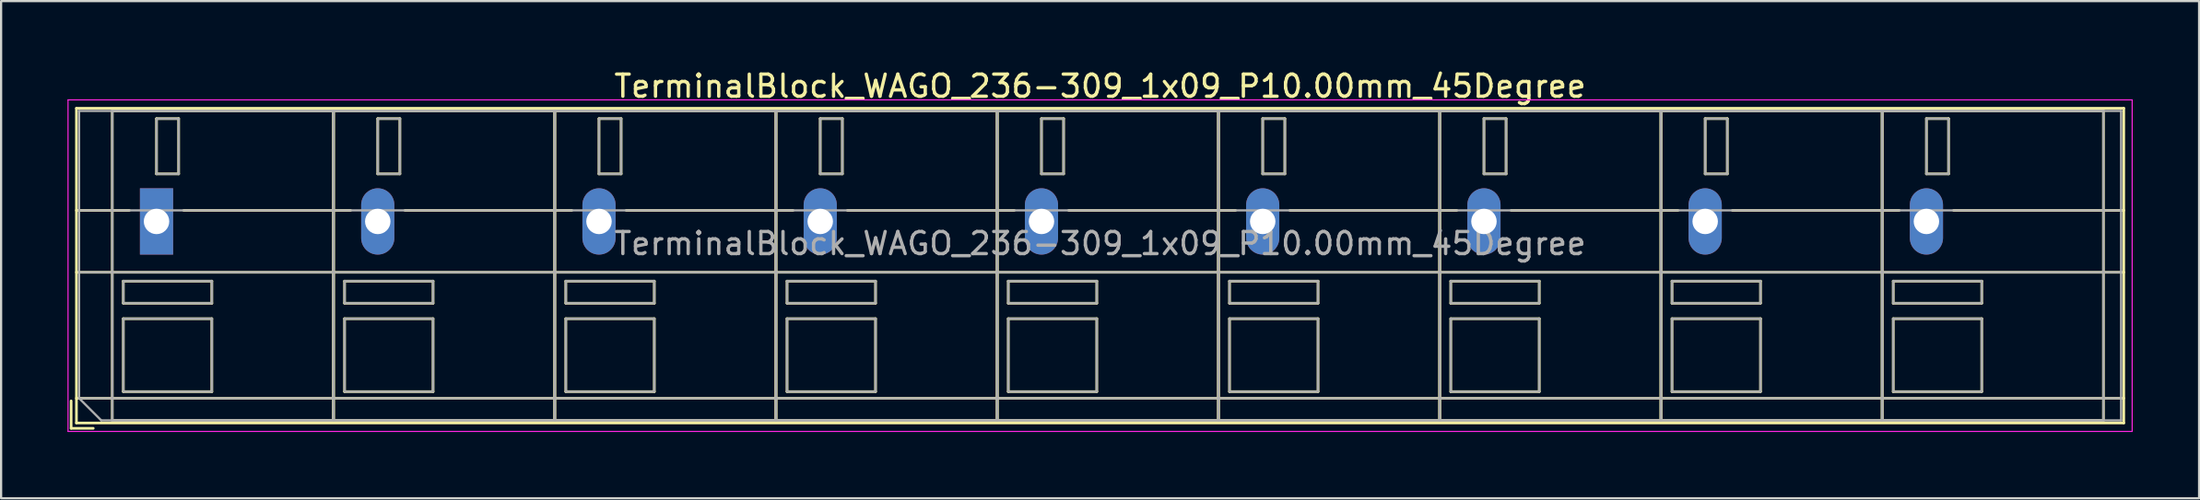
<source format=kicad_pcb>
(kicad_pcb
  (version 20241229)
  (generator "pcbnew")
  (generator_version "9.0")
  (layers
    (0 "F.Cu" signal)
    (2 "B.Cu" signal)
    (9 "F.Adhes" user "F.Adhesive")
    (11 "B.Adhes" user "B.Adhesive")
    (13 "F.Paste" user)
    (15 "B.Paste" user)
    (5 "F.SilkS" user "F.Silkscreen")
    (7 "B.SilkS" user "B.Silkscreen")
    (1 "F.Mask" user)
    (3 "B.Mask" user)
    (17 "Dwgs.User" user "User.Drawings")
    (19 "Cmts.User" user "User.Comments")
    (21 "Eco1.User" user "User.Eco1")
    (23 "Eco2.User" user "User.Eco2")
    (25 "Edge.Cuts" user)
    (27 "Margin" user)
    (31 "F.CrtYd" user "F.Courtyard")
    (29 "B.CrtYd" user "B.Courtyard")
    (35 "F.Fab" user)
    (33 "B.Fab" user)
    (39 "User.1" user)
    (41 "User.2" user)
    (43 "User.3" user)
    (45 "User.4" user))
  (footprint "TerminalBlock_WAGO_236-309_1x09_P10.00mm_45Degree"
    (layer "F.Cu")
    (at 4.025 6.968)
    (property "Reference" "TerminalBlock_WAGO_236-309_1x09_P10.00mm_45Degree" (at 42.65 -6.12 0) (layer "F.SilkS") (effects (font (size 1 1) (thickness 0.15))))
    (attr through_hole)
    (fp_line (start -3.86 8.12) (end -3.86 9.36) (stroke (width 0.12) (type solid)) (layer "F.SilkS"))
    (fp_line (start -3.86 9.36) (end -2.86 9.36) (stroke (width 0.12) (type solid)) (layer "F.SilkS"))
    (fp_line (start -3.62 -5.12) (end -3.62 9.12) (stroke (width 0.12) (type solid)) (layer "F.SilkS"))
    (fp_line (start -3.62 -5.12) (end 88.92 -5.12) (stroke (width 0.12) (type solid)) (layer "F.SilkS"))
    (fp_line (start -3.62 -0.5) (end -1.23 -0.5) (stroke (width 0.12) (type solid)) (layer "F.SilkS"))
    (fp_line (start -3.62 2.3) (end 88.92 2.3) (stroke (width 0.12) (type solid)) (layer "F.SilkS"))
    (fp_line (start -3.62 8) (end 88.92 8) (stroke (width 0.12) (type solid)) (layer "F.SilkS"))
    (fp_line (start -3.62 9.12) (end 88.92 9.12) (stroke (width 0.12) (type solid)) (layer "F.SilkS"))
    (fp_line (start -2 -5) (end -2 9) (stroke (width 0.12) (type solid)) (layer "F.SilkS"))
    (fp_line (start -2 -5) (end 8 -5) (stroke (width 0.12) (type solid)) (layer "F.SilkS"))
    (fp_line (start -2 9) (end 8 9) (stroke (width 0.12) (type solid)) (layer "F.SilkS"))
    (fp_line (start -1.5 2.7) (end -1.5 3.7) (stroke (width 0.12) (type solid)) (layer "F.SilkS"))
    (fp_line (start -1.5 2.7) (end 2.5 2.7) (stroke (width 0.12) (type solid)) (layer "F.SilkS"))
    (fp_line (start -1.5 3.7) (end 2.5 3.7) (stroke (width 0.12) (type solid)) (layer "F.SilkS"))
    (fp_line (start -1.5 4.4) (end -1.5 7.7) (stroke (width 0.12) (type solid)) (layer "F.SilkS"))
    (fp_line (start -1.5 4.4) (end 2.5 4.4) (stroke (width 0.12) (type solid)) (layer "F.SilkS"))
    (fp_line (start -1.5 7.7) (end 2.5 7.7) (stroke (width 0.12) (type solid)) (layer "F.SilkS"))
    (fp_line (start 0 -4.65) (end 0 -2.151) (stroke (width 0.12) (type solid)) (layer "F.SilkS"))
    (fp_line (start 0 -4.65) (end 1 -4.65) (stroke (width 0.12) (type solid)) (layer "F.SilkS"))
    (fp_line (start 0 -2.151) (end 1 -2.151) (stroke (width 0.12) (type solid)) (layer "F.SilkS"))
    (fp_line (start 1 -4.65) (end 1 -2.151) (stroke (width 0.12) (type solid)) (layer "F.SilkS"))
    (fp_line (start 1.23 -0.5) (end 8.77 -0.5) (stroke (width 0.12) (type solid)) (layer "F.SilkS"))
    (fp_line (start 2.5 2.7) (end 2.5 3.7) (stroke (width 0.12) (type solid)) (layer "F.SilkS"))
    (fp_line (start 2.5 4.4) (end 2.5 7.7) (stroke (width 0.12) (type solid)) (layer "F.SilkS"))
    (fp_line (start 8 -5) (end 8 9) (stroke (width 0.12) (type solid)) (layer "F.SilkS"))
    (fp_line (start 8 -5) (end 8 9) (stroke (width 0.12) (type solid)) (layer "F.SilkS"))
    (fp_line (start 8 -5) (end 18 -5) (stroke (width 0.12) (type solid)) (layer "F.SilkS"))
    (fp_line (start 8 9) (end 18 9) (stroke (width 0.12) (type solid)) (layer "F.SilkS"))
    (fp_line (start 8.5 2.7) (end 8.5 3.7) (stroke (width 0.12) (type solid)) (layer "F.SilkS"))
    (fp_line (start 8.5 2.7) (end 12.5 2.7) (stroke (width 0.12) (type solid)) (layer "F.SilkS"))
    (fp_line (start 8.5 3.7) (end 12.5 3.7) (stroke (width 0.12) (type solid)) (layer "F.SilkS"))
    (fp_line (start 8.5 4.4) (end 8.5 7.7) (stroke (width 0.12) (type solid)) (layer "F.SilkS"))
    (fp_line (start 8.5 4.4) (end 12.5 4.4) (stroke (width 0.12) (type solid)) (layer "F.SilkS"))
    (fp_line (start 8.5 7.7) (end 12.5 7.7) (stroke (width 0.12) (type solid)) (layer "F.SilkS"))
    (fp_line (start 10 -4.65) (end 10 -2.151) (stroke (width 0.12) (type solid)) (layer "F.SilkS"))
    (fp_line (start 10 -4.65) (end 11 -4.65) (stroke (width 0.12) (type solid)) (layer "F.SilkS"))
    (fp_line (start 10 -2.151) (end 11 -2.151) (stroke (width 0.12) (type solid)) (layer "F.SilkS"))
    (fp_line (start 11 -4.65) (end 11 -2.151) (stroke (width 0.12) (type solid)) (layer "F.SilkS"))
    (fp_line (start 11.23 -0.5) (end 18.77 -0.5) (stroke (width 0.12) (type solid)) (layer "F.SilkS"))
    (fp_line (start 12.5 2.7) (end 12.5 3.7) (stroke (width 0.12) (type solid)) (layer "F.SilkS"))
    (fp_line (start 12.5 4.4) (end 12.5 7.7) (stroke (width 0.12) (type solid)) (layer "F.SilkS"))
    (fp_line (start 18 -5) (end 18 9) (stroke (width 0.12) (type solid)) (layer "F.SilkS"))
    (fp_line (start 18 -5) (end 18 9) (stroke (width 0.12) (type solid)) (layer "F.SilkS"))
    (fp_line (start 18 -5) (end 28 -5) (stroke (width 0.12) (type solid)) (layer "F.SilkS"))
    (fp_line (start 18 9) (end 28 9) (stroke (width 0.12) (type solid)) (layer "F.SilkS"))
    (fp_line (start 18.5 2.7) (end 18.5 3.7) (stroke (width 0.12) (type solid)) (layer "F.SilkS"))
    (fp_line (start 18.5 2.7) (end 22.5 2.7) (stroke (width 0.12) (type solid)) (layer "F.SilkS"))
    (fp_line (start 18.5 3.7) (end 22.5 3.7) (stroke (width 0.12) (type solid)) (layer "F.SilkS"))
    (fp_line (start 18.5 4.4) (end 18.5 7.7) (stroke (width 0.12) (type solid)) (layer "F.SilkS"))
    (fp_line (start 18.5 4.4) (end 22.5 4.4) (stroke (width 0.12) (type solid)) (layer "F.SilkS"))
    (fp_line (start 18.5 7.7) (end 22.5 7.7) (stroke (width 0.12) (type solid)) (layer "F.SilkS"))
    (fp_line (start 20 -4.65) (end 20 -2.151) (stroke (width 0.12) (type solid)) (layer "F.SilkS"))
    (fp_line (start 20 -4.65) (end 21 -4.65) (stroke (width 0.12) (type solid)) (layer "F.SilkS"))
    (fp_line (start 20 -2.151) (end 21 -2.151) (stroke (width 0.12) (type solid)) (layer "F.SilkS"))
    (fp_line (start 21 -4.65) (end 21 -2.151) (stroke (width 0.12) (type solid)) (layer "F.SilkS"))
    (fp_line (start 21.23 -0.5) (end 28.77 -0.5) (stroke (width 0.12) (type solid)) (layer "F.SilkS"))
    (fp_line (start 22.5 2.7) (end 22.5 3.7) (stroke (width 0.12) (type solid)) (layer "F.SilkS"))
    (fp_line (start 22.5 4.4) (end 22.5 7.7) (stroke (width 0.12) (type solid)) (layer "F.SilkS"))
    (fp_line (start 28 -5) (end 28 9) (stroke (width 0.12) (type solid)) (layer "F.SilkS"))
    (fp_line (start 28 -5) (end 28 9) (stroke (width 0.12) (type solid)) (layer "F.SilkS"))
    (fp_line (start 28 -5) (end 38 -5) (stroke (width 0.12) (type solid)) (layer "F.SilkS"))
    (fp_line (start 28 9) (end 38 9) (stroke (width 0.12) (type solid)) (layer "F.SilkS"))
    (fp_line (start 28.5 2.7) (end 28.5 3.7) (stroke (width 0.12) (type solid)) (layer "F.SilkS"))
    (fp_line (start 28.5 2.7) (end 32.5 2.7) (stroke (width 0.12) (type solid)) (layer "F.SilkS"))
    (fp_line (start 28.5 3.7) (end 32.5 3.7) (stroke (width 0.12) (type solid)) (layer "F.SilkS"))
    (fp_line (start 28.5 4.4) (end 28.5 7.7) (stroke (width 0.12) (type solid)) (layer "F.SilkS"))
    (fp_line (start 28.5 4.4) (end 32.5 4.4) (stroke (width 0.12) (type solid)) (layer "F.SilkS"))
    (fp_line (start 28.5 7.7) (end 32.5 7.7) (stroke (width 0.12) (type solid)) (layer "F.SilkS"))
    (fp_line (start 30 -4.65) (end 30 -2.151) (stroke (width 0.12) (type solid)) (layer "F.SilkS"))
    (fp_line (start 30 -4.65) (end 31 -4.65) (stroke (width 0.12) (type solid)) (layer "F.SilkS"))
    (fp_line (start 30 -2.151) (end 31 -2.151) (stroke (width 0.12) (type solid)) (layer "F.SilkS"))
    (fp_line (start 31 -4.65) (end 31 -2.151) (stroke (width 0.12) (type solid)) (layer "F.SilkS"))
    (fp_line (start 31.23 -0.5) (end 38.77 -0.5) (stroke (width 0.12) (type solid)) (layer "F.SilkS"))
    (fp_line (start 32.5 2.7) (end 32.5 3.7) (stroke (width 0.12) (type solid)) (layer "F.SilkS"))
    (fp_line (start 32.5 4.4) (end 32.5 7.7) (stroke (width 0.12) (type solid)) (layer "F.SilkS"))
    (fp_line (start 38 -5) (end 38 9) (stroke (width 0.12) (type solid)) (layer "F.SilkS"))
    (fp_line (start 38 -5) (end 38 9) (stroke (width 0.12) (type solid)) (layer "F.SilkS"))
    (fp_line (start 38 -5) (end 48 -5) (stroke (width 0.12) (type solid)) (layer "F.SilkS"))
    (fp_line (start 38 9) (end 48 9) (stroke (width 0.12) (type solid)) (layer "F.SilkS"))
    (fp_line (start 38.5 2.7) (end 38.5 3.7) (stroke (width 0.12) (type solid)) (layer "F.SilkS"))
    (fp_line (start 38.5 2.7) (end 42.5 2.7) (stroke (width 0.12) (type solid)) (layer "F.SilkS"))
    (fp_line (start 38.5 3.7) (end 42.5 3.7) (stroke (width 0.12) (type solid)) (layer "F.SilkS"))
    (fp_line (start 38.5 4.4) (end 38.5 7.7) (stroke (width 0.12) (type solid)) (layer "F.SilkS"))
    (fp_line (start 38.5 4.4) (end 42.5 4.4) (stroke (width 0.12) (type solid)) (layer "F.SilkS"))
    (fp_line (start 38.5 7.7) (end 42.5 7.7) (stroke (width 0.12) (type solid)) (layer "F.SilkS"))
    (fp_line (start 40 -4.65) (end 40 -2.151) (stroke (width 0.12) (type solid)) (layer "F.SilkS"))
    (fp_line (start 40 -4.65) (end 41 -4.65) (stroke (width 0.12) (type solid)) (layer "F.SilkS"))
    (fp_line (start 40 -2.151) (end 41 -2.151) (stroke (width 0.12) (type solid)) (layer "F.SilkS"))
    (fp_line (start 41 -4.65) (end 41 -2.151) (stroke (width 0.12) (type solid)) (layer "F.SilkS"))
    (fp_line (start 41.23 -0.5) (end 48.77 -0.5) (stroke (width 0.12) (type solid)) (layer "F.SilkS"))
    (fp_line (start 42.5 2.7) (end 42.5 3.7) (stroke (width 0.12) (type solid)) (layer "F.SilkS"))
    (fp_line (start 42.5 4.4) (end 42.5 7.7) (stroke (width 0.12) (type solid)) (layer "F.SilkS"))
    (fp_line (start 48 -5) (end 48 9) (stroke (width 0.12) (type solid)) (layer "F.SilkS"))
    (fp_line (start 48 -5) (end 48 9) (stroke (width 0.12) (type solid)) (layer "F.SilkS"))
    (fp_line (start 48 -5) (end 58 -5) (stroke (width 0.12) (type solid)) (layer "F.SilkS"))
    (fp_line (start 48 9) (end 58 9) (stroke (width 0.12) (type solid)) (layer "F.SilkS"))
    (fp_line (start 48.5 2.7) (end 48.5 3.7) (stroke (width 0.12) (type solid)) (layer "F.SilkS"))
    (fp_line (start 48.5 2.7) (end 52.5 2.7) (stroke (width 0.12) (type solid)) (layer "F.SilkS"))
    (fp_line (start 48.5 3.7) (end 52.5 3.7) (stroke (width 0.12) (type solid)) (layer "F.SilkS"))
    (fp_line (start 48.5 4.4) (end 48.5 7.7) (stroke (width 0.12) (type solid)) (layer "F.SilkS"))
    (fp_line (start 48.5 4.4) (end 52.5 4.4) (stroke (width 0.12) (type solid)) (layer "F.SilkS"))
    (fp_line (start 48.5 7.7) (end 52.5 7.7) (stroke (width 0.12) (type solid)) (layer "F.SilkS"))
    (fp_line (start 50 -4.65) (end 50 -2.151) (stroke (width 0.12) (type solid)) (layer "F.SilkS"))
    (fp_line (start 50 -4.65) (end 51 -4.65) (stroke (width 0.12) (type solid)) (layer "F.SilkS"))
    (fp_line (start 50 -2.151) (end 51 -2.151) (stroke (width 0.12) (type solid)) (layer "F.SilkS"))
    (fp_line (start 51 -4.65) (end 51 -2.151) (stroke (width 0.12) (type solid)) (layer "F.SilkS"))
    (fp_line (start 51.23 -0.5) (end 58.77 -0.5) (stroke (width 0.12) (type solid)) (layer "F.SilkS"))
    (fp_line (start 52.5 2.7) (end 52.5 3.7) (stroke (width 0.12) (type solid)) (layer "F.SilkS"))
    (fp_line (start 52.5 4.4) (end 52.5 7.7) (stroke (width 0.12) (type solid)) (layer "F.SilkS"))
    (fp_line (start 58 -5) (end 58 9) (stroke (width 0.12) (type solid)) (layer "F.SilkS"))
    (fp_line (start 58 -5) (end 58 9) (stroke (width 0.12) (type solid)) (layer "F.SilkS"))
    (fp_line (start 58 -5) (end 68 -5) (stroke (width 0.12) (type solid)) (layer "F.SilkS"))
    (fp_line (start 58 9) (end 68 9) (stroke (width 0.12) (type solid)) (layer "F.SilkS"))
    (fp_line (start 58.5 2.7) (end 58.5 3.7) (stroke (width 0.12) (type solid)) (layer "F.SilkS"))
    (fp_line (start 58.5 2.7) (end 62.5 2.7) (stroke (width 0.12) (type solid)) (layer "F.SilkS"))
    (fp_line (start 58.5 3.7) (end 62.5 3.7) (stroke (width 0.12) (type solid)) (layer "F.SilkS"))
    (fp_line (start 58.5 4.4) (end 58.5 7.7) (stroke (width 0.12) (type solid)) (layer "F.SilkS"))
    (fp_line (start 58.5 4.4) (end 62.5 4.4) (stroke (width 0.12) (type solid)) (layer "F.SilkS"))
    (fp_line (start 58.5 7.7) (end 62.5 7.7) (stroke (width 0.12) (type solid)) (layer "F.SilkS"))
    (fp_line (start 60 -4.65) (end 60 -2.151) (stroke (width 0.12) (type solid)) (layer "F.SilkS"))
    (fp_line (start 60 -4.65) (end 61 -4.65) (stroke (width 0.12) (type solid)) (layer "F.SilkS"))
    (fp_line (start 60 -2.151) (end 61 -2.151) (stroke (width 0.12) (type solid)) (layer "F.SilkS"))
    (fp_line (start 61 -4.65) (end 61 -2.151) (stroke (width 0.12) (type solid)) (layer "F.SilkS"))
    (fp_line (start 61.23 -0.5) (end 68.77 -0.5) (stroke (width 0.12) (type solid)) (layer "F.SilkS"))
    (fp_line (start 62.5 2.7) (end 62.5 3.7) (stroke (width 0.12) (type solid)) (layer "F.SilkS"))
    (fp_line (start 62.5 4.4) (end 62.5 7.7) (stroke (width 0.12) (type solid)) (layer "F.SilkS"))
    (fp_line (start 68 -5) (end 68 9) (stroke (width 0.12) (type solid)) (layer "F.SilkS"))
    (fp_line (start 68 -5) (end 68 9) (stroke (width 0.12) (type solid)) (layer "F.SilkS"))
    (fp_line (start 68 -5) (end 78 -5) (stroke (width 0.12) (type solid)) (layer "F.SilkS"))
    (fp_line (start 68 9) (end 78 9) (stroke (width 0.12) (type solid)) (layer "F.SilkS"))
    (fp_line (start 68.5 2.7) (end 68.5 3.7) (stroke (width 0.12) (type solid)) (layer "F.SilkS"))
    (fp_line (start 68.5 2.7) (end 72.5 2.7) (stroke (width 0.12) (type solid)) (layer "F.SilkS"))
    (fp_line (start 68.5 3.7) (end 72.5 3.7) (stroke (width 0.12) (type solid)) (layer "F.SilkS"))
    (fp_line (start 68.5 4.4) (end 68.5 7.7) (stroke (width 0.12) (type solid)) (layer "F.SilkS"))
    (fp_line (start 68.5 4.4) (end 72.5 4.4) (stroke (width 0.12) (type solid)) (layer "F.SilkS"))
    (fp_line (start 68.5 7.7) (end 72.5 7.7) (stroke (width 0.12) (type solid)) (layer "F.SilkS"))
    (fp_line (start 70 -4.65) (end 70 -2.151) (stroke (width 0.12) (type solid)) (layer "F.SilkS"))
    (fp_line (start 70 -4.65) (end 71 -4.65) (stroke (width 0.12) (type solid)) (layer "F.SilkS"))
    (fp_line (start 70 -2.151) (end 71 -2.151) (stroke (width 0.12) (type solid)) (layer "F.SilkS"))
    (fp_line (start 71 -4.65) (end 71 -2.151) (stroke (width 0.12) (type solid)) (layer "F.SilkS"))
    (fp_line (start 71.23 -0.5) (end 78.77 -0.5) (stroke (width 0.12) (type solid)) (layer "F.SilkS"))
    (fp_line (start 72.5 2.7) (end 72.5 3.7) (stroke (width 0.12) (type solid)) (layer "F.SilkS"))
    (fp_line (start 72.5 4.4) (end 72.5 7.7) (stroke (width 0.12) (type solid)) (layer "F.SilkS"))
    (fp_line (start 78 -5) (end 78 9) (stroke (width 0.12) (type solid)) (layer "F.SilkS"))
    (fp_line (start 78 -5) (end 78 9) (stroke (width 0.12) (type solid)) (layer "F.SilkS"))
    (fp_line (start 78 -5) (end 88 -5) (stroke (width 0.12) (type solid)) (layer "F.SilkS"))
    (fp_line (start 78 9) (end 88 9) (stroke (width 0.12) (type solid)) (layer "F.SilkS"))
    (fp_line (start 78.5 2.7) (end 78.5 3.7) (stroke (width 0.12) (type solid)) (layer "F.SilkS"))
    (fp_line (start 78.5 2.7) (end 82.5 2.7) (stroke (width 0.12) (type solid)) (layer "F.SilkS"))
    (fp_line (start 78.5 3.7) (end 82.5 3.7) (stroke (width 0.12) (type solid)) (layer "F.SilkS"))
    (fp_line (start 78.5 4.4) (end 78.5 7.7) (stroke (width 0.12) (type solid)) (layer "F.SilkS"))
    (fp_line (start 78.5 4.4) (end 82.5 4.4) (stroke (width 0.12) (type solid)) (layer "F.SilkS"))
    (fp_line (start 78.5 7.7) (end 82.5 7.7) (stroke (width 0.12) (type solid)) (layer "F.SilkS"))
    (fp_line (start 80 -4.65) (end 80 -2.151) (stroke (width 0.12) (type solid)) (layer "F.SilkS"))
    (fp_line (start 80 -4.65) (end 81 -4.65) (stroke (width 0.12) (type solid)) (layer "F.SilkS"))
    (fp_line (start 80 -2.151) (end 81 -2.151) (stroke (width 0.12) (type solid)) (layer "F.SilkS"))
    (fp_line (start 81 -4.65) (end 81 -2.151) (stroke (width 0.12) (type solid)) (layer "F.SilkS"))
    (fp_line (start 81.23 -0.5) (end 88.92 -0.5) (stroke (width 0.12) (type solid)) (layer "F.SilkS"))
    (fp_line (start 82.5 2.7) (end 82.5 3.7) (stroke (width 0.12) (type solid)) (layer "F.SilkS"))
    (fp_line (start 82.5 4.4) (end 82.5 7.7) (stroke (width 0.12) (type solid)) (layer "F.SilkS"))
    (fp_line (start 88 -5) (end 88 9) (stroke (width 0.12) (type solid)) (layer "F.SilkS"))
    (fp_line (start 88.92 -5.12) (end 88.92 9.12) (stroke (width 0.12) (type solid)) (layer "F.SilkS"))
    (fp_line (start -4 -5.5) (end -4 9.5) (stroke (width 0.05) (type solid)) (layer "F.CrtYd"))
    (fp_line (start -4 9.5) (end 89.3 9.5) (stroke (width 0.05) (type solid)) (layer "F.CrtYd"))
    (fp_line (start 89.3 -5.5) (end -4 -5.5) (stroke (width 0.05) (type solid)) (layer "F.CrtYd"))
    (fp_line (start 89.3 9.5) (end 89.3 -5.5) (stroke (width 0.05) (type solid)) (layer "F.CrtYd"))
    (fp_line (start -3.5 -5) (end 88.8 -5) (stroke (width 0.1) (type solid)) (layer "F.Fab"))
    (fp_line (start -3.5 -0.5) (end 88.8 -0.5) (stroke (width 0.1) (type solid)) (layer "F.Fab"))
    (fp_line (start -3.5 2.3) (end 88.8 2.3) (stroke (width 0.1) (type solid)) (layer "F.Fab"))
    (fp_line (start -3.5 8) (end -3.5 -5) (stroke (width 0.1) (type solid)) (layer "F.Fab"))
    (fp_line (start -3.5 8) (end 88.8 8) (stroke (width 0.1) (type solid)) (layer "F.Fab"))
    (fp_line (start -2.5 9) (end -3.5 8) (stroke (width 0.1) (type solid)) (layer "F.Fab"))
    (fp_line (start -2 -5) (end -2 9) (stroke (width 0.1) (type solid)) (layer "F.Fab"))
    (fp_line (start -2 9) (end 8 9) (stroke (width 0.1) (type solid)) (layer "F.Fab"))
    (fp_line (start -1.5 2.7) (end -1.5 3.7) (stroke (width 0.1) (type solid)) (layer "F.Fab"))
    (fp_line (start -1.5 3.7) (end 2.5 3.7) (stroke (width 0.1) (type solid)) (layer "F.Fab"))
    (fp_line (start -1.5 4.4) (end -1.5 7.7) (stroke (width 0.1) (type solid)) (layer "F.Fab"))
    (fp_line (start -1.5 7.7) (end 2.5 7.7) (stroke (width 0.1) (type solid)) (layer "F.Fab"))
    (fp_line (start 0 -4.65) (end 0 -2.15) (stroke (width 0.1) (type solid)) (layer "F.Fab"))
    (fp_line (start 0 -2.15) (end 1 -2.15) (stroke (width 0.1) (type solid)) (layer "F.Fab"))
    (fp_line (start 1 -4.65) (end 0 -4.65) (stroke (width 0.1) (type solid)) (layer "F.Fab"))
    (fp_line (start 1 -2.15) (end 1 -4.65) (stroke (width 0.1) (type solid)) (layer "F.Fab"))
    (fp_line (start 2.5 2.7) (end -1.5 2.7) (stroke (width 0.1) (type solid)) (layer "F.Fab"))
    (fp_line (start 2.5 3.7) (end 2.5 2.7) (stroke (width 0.1) (type solid)) (layer "F.Fab"))
    (fp_line (start 2.5 4.4) (end -1.5 4.4) (stroke (width 0.1) (type solid)) (layer "F.Fab"))
    (fp_line (start 2.5 7.7) (end 2.5 4.4) (stroke (width 0.1) (type solid)) (layer "F.Fab"))
    (fp_line (start 8 -5) (end -2 -5) (stroke (width 0.1) (type solid)) (layer "F.Fab"))
    (fp_line (start 8 -5) (end 8 9) (stroke (width 0.1) (type solid)) (layer "F.Fab"))
    (fp_line (start 8 9) (end 8 -5) (stroke (width 0.1) (type solid)) (layer "F.Fab"))
    (fp_line (start 8 9) (end 18 9) (stroke (width 0.1) (type solid)) (layer "F.Fab"))
    (fp_line (start 8.5 2.7) (end 8.5 3.7) (stroke (width 0.1) (type solid)) (layer "F.Fab"))
    (fp_line (start 8.5 3.7) (end 12.5 3.7) (stroke (width 0.1) (type solid)) (layer "F.Fab"))
    (fp_line (start 8.5 4.4) (end 8.5 7.7) (stroke (width 0.1) (type solid)) (layer "F.Fab"))
    (fp_line (start 8.5 7.7) (end 12.5 7.7) (stroke (width 0.1) (type solid)) (layer "F.Fab"))
    (fp_line (start 10 -4.65) (end 10 -2.15) (stroke (width 0.1) (type solid)) (layer "F.Fab"))
    (fp_line (start 10 -2.15) (end 11 -2.15) (stroke (width 0.1) (type solid)) (layer "F.Fab"))
    (fp_line (start 11 -4.65) (end 10 -4.65) (stroke (width 0.1) (type solid)) (layer "F.Fab"))
    (fp_line (start 11 -2.15) (end 11 -4.65) (stroke (width 0.1) (type solid)) (layer "F.Fab"))
    (fp_line (start 12.5 2.7) (end 8.5 2.7) (stroke (width 0.1) (type solid)) (layer "F.Fab"))
    (fp_line (start 12.5 3.7) (end 12.5 2.7) (stroke (width 0.1) (type solid)) (layer "F.Fab"))
    (fp_line (start 12.5 4.4) (end 8.5 4.4) (stroke (width 0.1) (type solid)) (layer "F.Fab"))
    (fp_line (start 12.5 7.7) (end 12.5 4.4) (stroke (width 0.1) (type solid)) (layer "F.Fab"))
    (fp_line (start 18 -5) (end 8 -5) (stroke (width 0.1) (type solid)) (layer "F.Fab"))
    (fp_line (start 18 -5) (end 18 9) (stroke (width 0.1) (type solid)) (layer "F.Fab"))
    (fp_line (start 18 9) (end 18 -5) (stroke (width 0.1) (type solid)) (layer "F.Fab"))
    (fp_line (start 18 9) (end 28 9) (stroke (width 0.1) (type solid)) (layer "F.Fab"))
    (fp_line (start 18.5 2.7) (end 18.5 3.7) (stroke (width 0.1) (type solid)) (layer "F.Fab"))
    (fp_line (start 18.5 3.7) (end 22.5 3.7) (stroke (width 0.1) (type solid)) (layer "F.Fab"))
    (fp_line (start 18.5 4.4) (end 18.5 7.7) (stroke (width 0.1) (type solid)) (layer "F.Fab"))
    (fp_line (start 18.5 7.7) (end 22.5 7.7) (stroke (width 0.1) (type solid)) (layer "F.Fab"))
    (fp_line (start 20 -4.65) (end 20 -2.15) (stroke (width 0.1) (type solid)) (layer "F.Fab"))
    (fp_line (start 20 -2.15) (end 21 -2.15) (stroke (width 0.1) (type solid)) (layer "F.Fab"))
    (fp_line (start 21 -4.65) (end 20 -4.65) (stroke (width 0.1) (type solid)) (layer "F.Fab"))
    (fp_line (start 21 -2.15) (end 21 -4.65) (stroke (width 0.1) (type solid)) (layer "F.Fab"))
    (fp_line (start 22.5 2.7) (end 18.5 2.7) (stroke (width 0.1) (type solid)) (layer "F.Fab"))
    (fp_line (start 22.5 3.7) (end 22.5 2.7) (stroke (width 0.1) (type solid)) (layer "F.Fab"))
    (fp_line (start 22.5 4.4) (end 18.5 4.4) (stroke (width 0.1) (type solid)) (layer "F.Fab"))
    (fp_line (start 22.5 7.7) (end 22.5 4.4) (stroke (width 0.1) (type solid)) (layer "F.Fab"))
    (fp_line (start 28 -5) (end 18 -5) (stroke (width 0.1) (type solid)) (layer "F.Fab"))
    (fp_line (start 28 -5) (end 28 9) (stroke (width 0.1) (type solid)) (layer "F.Fab"))
    (fp_line (start 28 9) (end 28 -5) (stroke (width 0.1) (type solid)) (layer "F.Fab"))
    (fp_line (start 28 9) (end 38 9) (stroke (width 0.1) (type solid)) (layer "F.Fab"))
    (fp_line (start 28.5 2.7) (end 28.5 3.7) (stroke (width 0.1) (type solid)) (layer "F.Fab"))
    (fp_line (start 28.5 3.7) (end 32.5 3.7) (stroke (width 0.1) (type solid)) (layer "F.Fab"))
    (fp_line (start 28.5 4.4) (end 28.5 7.7) (stroke (width 0.1) (type solid)) (layer "F.Fab"))
    (fp_line (start 28.5 7.7) (end 32.5 7.7) (stroke (width 0.1) (type solid)) (layer "F.Fab"))
    (fp_line (start 30 -4.65) (end 30 -2.15) (stroke (width 0.1) (type solid)) (layer "F.Fab"))
    (fp_line (start 30 -2.15) (end 31 -2.15) (stroke (width 0.1) (type solid)) (layer "F.Fab"))
    (fp_line (start 31 -4.65) (end 30 -4.65) (stroke (width 0.1) (type solid)) (layer "F.Fab"))
    (fp_line (start 31 -2.15) (end 31 -4.65) (stroke (width 0.1) (type solid)) (layer "F.Fab"))
    (fp_line (start 32.5 2.7) (end 28.5 2.7) (stroke (width 0.1) (type solid)) (layer "F.Fab"))
    (fp_line (start 32.5 3.7) (end 32.5 2.7) (stroke (width 0.1) (type solid)) (layer "F.Fab"))
    (fp_line (start 32.5 4.4) (end 28.5 4.4) (stroke (width 0.1) (type solid)) (layer "F.Fab"))
    (fp_line (start 32.5 7.7) (end 32.5 4.4) (stroke (width 0.1) (type solid)) (layer "F.Fab"))
    (fp_line (start 38 -5) (end 28 -5) (stroke (width 0.1) (type solid)) (layer "F.Fab"))
    (fp_line (start 38 -5) (end 38 9) (stroke (width 0.1) (type solid)) (layer "F.Fab"))
    (fp_line (start 38 9) (end 38 -5) (stroke (width 0.1) (type solid)) (layer "F.Fab"))
    (fp_line (start 38 9) (end 48 9) (stroke (width 0.1) (type solid)) (layer "F.Fab"))
    (fp_line (start 38.5 2.7) (end 38.5 3.7) (stroke (width 0.1) (type solid)) (layer "F.Fab"))
    (fp_line (start 38.5 3.7) (end 42.5 3.7) (stroke (width 0.1) (type solid)) (layer "F.Fab"))
    (fp_line (start 38.5 4.4) (end 38.5 7.7) (stroke (width 0.1) (type solid)) (layer "F.Fab"))
    (fp_line (start 38.5 7.7) (end 42.5 7.7) (stroke (width 0.1) (type solid)) (layer "F.Fab"))
    (fp_line (start 40 -4.65) (end 40 -2.15) (stroke (width 0.1) (type solid)) (layer "F.Fab"))
    (fp_line (start 40 -2.15) (end 41 -2.15) (stroke (width 0.1) (type solid)) (layer "F.Fab"))
    (fp_line (start 41 -4.65) (end 40 -4.65) (stroke (width 0.1) (type solid)) (layer "F.Fab"))
    (fp_line (start 41 -2.15) (end 41 -4.65) (stroke (width 0.1) (type solid)) (layer "F.Fab"))
    (fp_line (start 42.5 2.7) (end 38.5 2.7) (stroke (width 0.1) (type solid)) (layer "F.Fab"))
    (fp_line (start 42.5 3.7) (end 42.5 2.7) (stroke (width 0.1) (type solid)) (layer "F.Fab"))
    (fp_line (start 42.5 4.4) (end 38.5 4.4) (stroke (width 0.1) (type solid)) (layer "F.Fab"))
    (fp_line (start 42.5 7.7) (end 42.5 4.4) (stroke (width 0.1) (type solid)) (layer "F.Fab"))
    (fp_line (start 48 -5) (end 38 -5) (stroke (width 0.1) (type solid)) (layer "F.Fab"))
    (fp_line (start 48 -5) (end 48 9) (stroke (width 0.1) (type solid)) (layer "F.Fab"))
    (fp_line (start 48 9) (end 48 -5) (stroke (width 0.1) (type solid)) (layer "F.Fab"))
    (fp_line (start 48 9) (end 58 9) (stroke (width 0.1) (type solid)) (layer "F.Fab"))
    (fp_line (start 48.5 2.7) (end 48.5 3.7) (stroke (width 0.1) (type solid)) (layer "F.Fab"))
    (fp_line (start 48.5 3.7) (end 52.5 3.7) (stroke (width 0.1) (type solid)) (layer "F.Fab"))
    (fp_line (start 48.5 4.4) (end 48.5 7.7) (stroke (width 0.1) (type solid)) (layer "F.Fab"))
    (fp_line (start 48.5 7.7) (end 52.5 7.7) (stroke (width 0.1) (type solid)) (layer "F.Fab"))
    (fp_line (start 50 -4.65) (end 50 -2.15) (stroke (width 0.1) (type solid)) (layer "F.Fab"))
    (fp_line (start 50 -2.15) (end 51 -2.15) (stroke (width 0.1) (type solid)) (layer "F.Fab"))
    (fp_line (start 51 -4.65) (end 50 -4.65) (stroke (width 0.1) (type solid)) (layer "F.Fab"))
    (fp_line (start 51 -2.15) (end 51 -4.65) (stroke (width 0.1) (type solid)) (layer "F.Fab"))
    (fp_line (start 52.5 2.7) (end 48.5 2.7) (stroke (width 0.1) (type solid)) (layer "F.Fab"))
    (fp_line (start 52.5 3.7) (end 52.5 2.7) (stroke (width 0.1) (type solid)) (layer "F.Fab"))
    (fp_line (start 52.5 4.4) (end 48.5 4.4) (stroke (width 0.1) (type solid)) (layer "F.Fab"))
    (fp_line (start 52.5 7.7) (end 52.5 4.4) (stroke (width 0.1) (type solid)) (layer "F.Fab"))
    (fp_line (start 58 -5) (end 48 -5) (stroke (width 0.1) (type solid)) (layer "F.Fab"))
    (fp_line (start 58 -5) (end 58 9) (stroke (width 0.1) (type solid)) (layer "F.Fab"))
    (fp_line (start 58 9) (end 58 -5) (stroke (width 0.1) (type solid)) (layer "F.Fab"))
    (fp_line (start 58 9) (end 68 9) (stroke (width 0.1) (type solid)) (layer "F.Fab"))
    (fp_line (start 58.5 2.7) (end 58.5 3.7) (stroke (width 0.1) (type solid)) (layer "F.Fab"))
    (fp_line (start 58.5 3.7) (end 62.5 3.7) (stroke (width 0.1) (type solid)) (layer "F.Fab"))
    (fp_line (start 58.5 4.4) (end 58.5 7.7) (stroke (width 0.1) (type solid)) (layer "F.Fab"))
    (fp_line (start 58.5 7.7) (end 62.5 7.7) (stroke (width 0.1) (type solid)) (layer "F.Fab"))
    (fp_line (start 60 -4.65) (end 60 -2.15) (stroke (width 0.1) (type solid)) (layer "F.Fab"))
    (fp_line (start 60 -2.15) (end 61 -2.15) (stroke (width 0.1) (type solid)) (layer "F.Fab"))
    (fp_line (start 61 -4.65) (end 60 -4.65) (stroke (width 0.1) (type solid)) (layer "F.Fab"))
    (fp_line (start 61 -2.15) (end 61 -4.65) (stroke (width 0.1) (type solid)) (layer "F.Fab"))
    (fp_line (start 62.5 2.7) (end 58.5 2.7) (stroke (width 0.1) (type solid)) (layer "F.Fab"))
    (fp_line (start 62.5 3.7) (end 62.5 2.7) (stroke (width 0.1) (type solid)) (layer "F.Fab"))
    (fp_line (start 62.5 4.4) (end 58.5 4.4) (stroke (width 0.1) (type solid)) (layer "F.Fab"))
    (fp_line (start 62.5 7.7) (end 62.5 4.4) (stroke (width 0.1) (type solid)) (layer "F.Fab"))
    (fp_line (start 68 -5) (end 58 -5) (stroke (width 0.1) (type solid)) (layer "F.Fab"))
    (fp_line (start 68 -5) (end 68 9) (stroke (width 0.1) (type solid)) (layer "F.Fab"))
    (fp_line (start 68 9) (end 68 -5) (stroke (width 0.1) (type solid)) (layer "F.Fab"))
    (fp_line (start 68 9) (end 78 9) (stroke (width 0.1) (type solid)) (layer "F.Fab"))
    (fp_line (start 68.5 2.7) (end 68.5 3.7) (stroke (width 0.1) (type solid)) (layer "F.Fab"))
    (fp_line (start 68.5 3.7) (end 72.5 3.7) (stroke (width 0.1) (type solid)) (layer "F.Fab"))
    (fp_line (start 68.5 4.4) (end 68.5 7.7) (stroke (width 0.1) (type solid)) (layer "F.Fab"))
    (fp_line (start 68.5 7.7) (end 72.5 7.7) (stroke (width 0.1) (type solid)) (layer "F.Fab"))
    (fp_line (start 70 -4.65) (end 70 -2.15) (stroke (width 0.1) (type solid)) (layer "F.Fab"))
    (fp_line (start 70 -2.15) (end 71 -2.15) (stroke (width 0.1) (type solid)) (layer "F.Fab"))
    (fp_line (start 71 -4.65) (end 70 -4.65) (stroke (width 0.1) (type solid)) (layer "F.Fab"))
    (fp_line (start 71 -2.15) (end 71 -4.65) (stroke (width 0.1) (type solid)) (layer "F.Fab"))
    (fp_line (start 72.5 2.7) (end 68.5 2.7) (stroke (width 0.1) (type solid)) (layer "F.Fab"))
    (fp_line (start 72.5 3.7) (end 72.5 2.7) (stroke (width 0.1) (type solid)) (layer "F.Fab"))
    (fp_line (start 72.5 4.4) (end 68.5 4.4) (stroke (width 0.1) (type solid)) (layer "F.Fab"))
    (fp_line (start 72.5 7.7) (end 72.5 4.4) (stroke (width 0.1) (type solid)) (layer "F.Fab"))
    (fp_line (start 78 -5) (end 68 -5) (stroke (width 0.1) (type solid)) (layer "F.Fab"))
    (fp_line (start 78 -5) (end 78 9) (stroke (width 0.1) (type solid)) (layer "F.Fab"))
    (fp_line (start 78 9) (end 78 -5) (stroke (width 0.1) (type solid)) (layer "F.Fab"))
    (fp_line (start 78 9) (end 88 9) (stroke (width 0.1) (type solid)) (layer "F.Fab"))
    (fp_line (start 78.5 2.7) (end 78.5 3.7) (stroke (width 0.1) (type solid)) (layer "F.Fab"))
    (fp_line (start 78.5 3.7) (end 82.5 3.7) (stroke (width 0.1) (type solid)) (layer "F.Fab"))
    (fp_line (start 78.5 4.4) (end 78.5 7.7) (stroke (width 0.1) (type solid)) (layer "F.Fab"))
    (fp_line (start 78.5 7.7) (end 82.5 7.7) (stroke (width 0.1) (type solid)) (layer "F.Fab"))
    (fp_line (start 80 -4.65) (end 80 -2.15) (stroke (width 0.1) (type solid)) (layer "F.Fab"))
    (fp_line (start 80 -2.15) (end 81 -2.15) (stroke (width 0.1) (type solid)) (layer "F.Fab"))
    (fp_line (start 81 -4.65) (end 80 -4.65) (stroke (width 0.1) (type solid)) (layer "F.Fab"))
    (fp_line (start 81 -2.15) (end 81 -4.65) (stroke (width 0.1) (type solid)) (layer "F.Fab"))
    (fp_line (start 82.5 2.7) (end 78.5 2.7) (stroke (width 0.1) (type solid)) (layer "F.Fab"))
    (fp_line (start 82.5 3.7) (end 82.5 2.7) (stroke (width 0.1) (type solid)) (layer "F.Fab"))
    (fp_line (start 82.5 4.4) (end 78.5 4.4) (stroke (width 0.1) (type solid)) (layer "F.Fab"))
    (fp_line (start 82.5 7.7) (end 82.5 4.4) (stroke (width 0.1) (type solid)) (layer "F.Fab"))
    (fp_line (start 88 -5) (end 78 -5) (stroke (width 0.1) (type solid)) (layer "F.Fab"))
    (fp_line (start 88 9) (end 88 -5) (stroke (width 0.1) (type solid)) (layer "F.Fab"))
    (fp_line (start 88.8 -5) (end 88.8 9) (stroke (width 0.1) (type solid)) (layer "F.Fab"))
    (fp_line (start 88.8 9) (end -2.5 9) (stroke (width 0.1) (type solid)) (layer "F.Fab"))
    (fp_text user "${REFERENCE}" (at 42.65 1 0) (layer "F.Fab") (effects (font (size 1 1) (thickness 0.15))))
    (pad "1" thru_hole rect (at 0 0) (size 1.5 3) (drill 1.15) (layers "*.Cu" "*.Mask"))
    (pad "2" thru_hole oval (at 10 0) (size 1.5 3) (drill 1.15) (layers "*.Cu" "*.Mask"))
    (pad "3" thru_hole oval (at 20 0) (size 1.5 3) (drill 1.15) (layers "*.Cu" "*.Mask"))
    (pad "4" thru_hole oval (at 30 0) (size 1.5 3) (drill 1.15) (layers "*.Cu" "*.Mask"))
    (pad "5" thru_hole oval (at 40 0) (size 1.5 3) (drill 1.15) (layers "*.Cu" "*.Mask"))
    (pad "6" thru_hole oval (at 50 0) (size 1.5 3) (drill 1.15) (layers "*.Cu" "*.Mask"))
    (pad "7" thru_hole oval (at 60 0) (size 1.5 3) (drill 1.15) (layers "*.Cu" "*.Mask"))
    (pad "8" thru_hole oval (at 70 0) (size 1.5 3) (drill 1.15) (layers "*.Cu" "*.Mask"))
    (pad "9" thru_hole oval (at 80 0) (size 1.5 3) (drill 1.15) (layers "*.Cu" "*.Mask")))
  (gr_rect
    (start -3 -3)
    (end 96.35 19.493)
    (stroke (width 0.1) (type default))
    (fill no)
    (layer "Edge.Cuts")))
</source>
